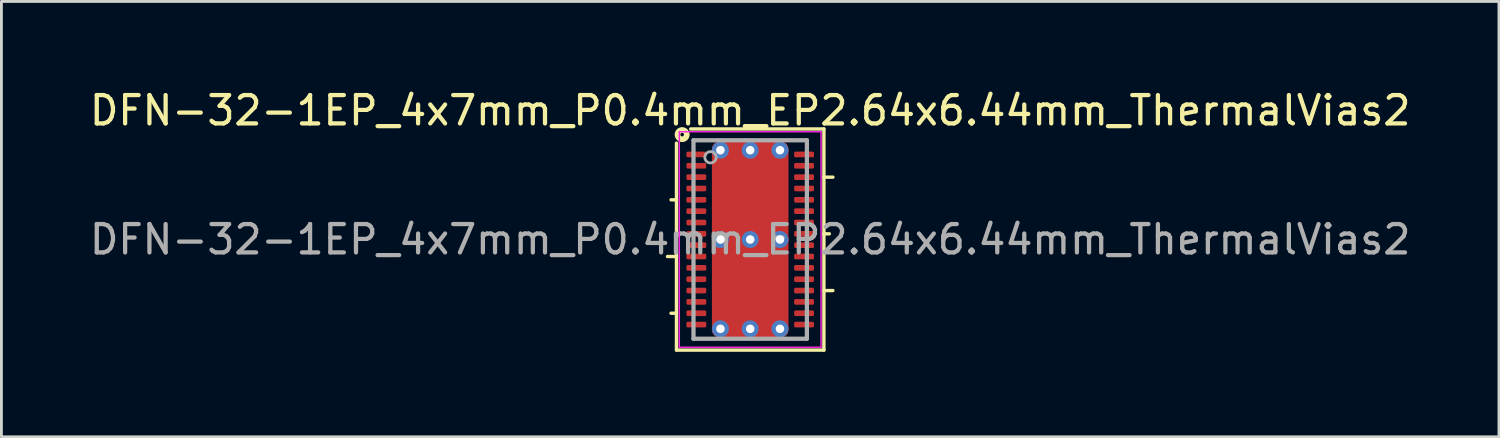
<source format=kicad_pcb>
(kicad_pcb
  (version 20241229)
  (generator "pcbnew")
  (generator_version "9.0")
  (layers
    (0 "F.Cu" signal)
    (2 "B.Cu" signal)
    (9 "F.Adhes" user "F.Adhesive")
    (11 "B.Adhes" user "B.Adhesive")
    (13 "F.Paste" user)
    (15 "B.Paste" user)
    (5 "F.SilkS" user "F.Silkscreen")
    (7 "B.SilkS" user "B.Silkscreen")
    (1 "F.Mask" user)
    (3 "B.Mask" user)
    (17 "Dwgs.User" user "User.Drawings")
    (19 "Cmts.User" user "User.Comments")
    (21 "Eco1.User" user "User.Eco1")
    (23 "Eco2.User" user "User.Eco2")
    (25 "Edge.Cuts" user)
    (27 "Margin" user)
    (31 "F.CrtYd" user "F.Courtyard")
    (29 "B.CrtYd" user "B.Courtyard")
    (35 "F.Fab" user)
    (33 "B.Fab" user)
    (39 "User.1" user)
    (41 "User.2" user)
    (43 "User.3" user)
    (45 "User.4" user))
  (footprint "DFN-32-1EP_4x7mm_P0.4mm_EP2.64x6.44mm_ThermalVias2"
    (layer "F.Cu")
    (at 23.411 5.398)
    (property "Reference" "DFN-32-1EP_4x7mm_P0.4mm_EP2.64x6.44mm_ThermalVias2" (at 0 -4.55 0) (layer "F.SilkS") (effects (font (size 1 1) (thickness 0.15))))
    (attr smd)
    (fp_line (start -2.791 -1.4) (end -2.6 -1.4) (stroke (width 0.12) (type solid)) (layer "F.SilkS"))
    (fp_line (start -2.6 0.6) (end -2.917 0.6) (stroke (width 0.12) (type solid)) (layer "F.SilkS"))
    (fp_line (start -2.6 2.6) (end -2.791 2.6) (stroke (width 0.12) (type solid)) (layer "F.SilkS"))
    (fp_line (start -2.6 3.9) (end -2.6 -3.4) (stroke (width 0.12) (type solid)) (layer "F.SilkS"))
    (fp_line (start -2.1 -3.9) (end 2.6 -3.9) (stroke (width 0.12) (type solid)) (layer "F.SilkS"))
    (fp_line (start 2.6 -3.9) (end 2.6 3.9) (stroke (width 0.12) (type solid)) (layer "F.SilkS"))
    (fp_line (start 2.6 -2.2) (end 2.917 -2.2) (stroke (width 0.12) (type solid)) (layer "F.SilkS"))
    (fp_line (start 2.6 -0.2) (end 2.791 -0.2) (stroke (width 0.12) (type solid)) (layer "F.SilkS"))
    (fp_line (start 2.6 1.8) (end 2.917 1.8) (stroke (width 0.12) (type solid)) (layer "F.SilkS"))
    (fp_line (start 2.6 3.9) (end -2.6 3.9) (stroke (width 0.12) (type solid)) (layer "F.SilkS"))
    (fp_circle (center -2.4 -3.7) (end -2.337 -3.7) (stroke (width 0.2) (type solid)) (fill no) (layer "F.SilkS"))
    (fp_line (start -2.5 -3.8) (end -2.5 3.8) (stroke (width 0.05) (type solid)) (layer "F.CrtYd"))
    (fp_line (start -2.5 -3.8) (end 2.5 -3.8) (stroke (width 0.05) (type solid)) (layer "F.CrtYd"))
    (fp_line (start -2.5 3.8) (end 2.5 3.8) (stroke (width 0.05) (type solid)) (layer "F.CrtYd"))
    (fp_line (start 2.5 -3.8) (end 2.5 3.8) (stroke (width 0.05) (type solid)) (layer "F.CrtYd"))
    (fp_line (start -2 -3.5) (end 2 -3.5) (stroke (width 0.15) (type solid)) (layer "F.Fab"))
    (fp_line (start -2 3.5) (end -2 -3.5) (stroke (width 0.15) (type solid)) (layer "F.Fab"))
    (fp_line (start 2 -3.5) (end 2 3.5) (stroke (width 0.15) (type solid)) (layer "F.Fab"))
    (fp_line (start 2 3.5) (end -2 3.5) (stroke (width 0.15) (type solid)) (layer "F.Fab"))
    (fp_circle (center -1.4 -2.9) (end -1.2 -2.9) (stroke (width 0.1) (type solid)) (fill no) (layer "F.Fab"))
    (fp_text user "${REFERENCE}" (at 0 0 0) (layer "F.Fab") (effects (font (size 1 1) (thickness 0.15))))
    (pad "" smd roundrect (at -0.8 -2.4) (size 0.6 0.6) (layers "F.Paste") (roundrect_rratio 0.25))
    (pad "" smd roundrect (at -0.8 -1.575) (size 0.6 0.6) (layers "F.Paste") (roundrect_rratio 0.25))
    (pad "" smd roundrect (at -0.8 -0.75) (size 0.6 0.6) (layers "F.Paste") (roundrect_rratio 0.25))
    (pad "" smd roundrect (at -0.8 0.75) (size 0.6 0.6) (layers "F.Paste") (roundrect_rratio 0.25))
    (pad "" smd roundrect (at -0.8 1.575) (size 0.6 0.6) (layers "F.Paste") (roundrect_rratio 0.25))
    (pad "" smd roundrect (at -0.8 2.4) (size 0.6 0.6) (layers "F.Paste") (roundrect_rratio 0.25))
    (pad "" smd roundrect (at 0 -2.4) (size 0.6 0.6) (layers "F.Paste") (roundrect_rratio 0.25))
    (pad "" smd roundrect (at 0 -1.575) (size 0.6 0.6) (layers "F.Paste") (roundrect_rratio 0.25))
    (pad "" smd roundrect (at 0 -1.575) (size 2.5 2.55) (layers "F.Mask") (roundrect_rratio 0.114))
    (pad "" smd roundrect (at 0 -0.75) (size 0.6 0.6) (layers "F.Paste") (roundrect_rratio 0.25))
    (pad "" smd roundrect (at 0 0.75) (size 0.6 0.6) (layers "F.Paste") (roundrect_rratio 0.25))
    (pad "" smd roundrect (at 0 1.575) (size 0.6 0.6) (layers "F.Paste") (roundrect_rratio 0.25))
    (pad "" smd roundrect (at 0 1.575) (size 2.5 2.55) (layers "F.Mask") (roundrect_rratio 0.114))
    (pad "" smd roundrect (at 0 2.4) (size 0.6 0.6) (layers "F.Paste") (roundrect_rratio 0.25))
    (pad "" smd roundrect (at 0.8 -2.4) (size 0.6 0.6) (layers "F.Paste") (roundrect_rratio 0.25))
    (pad "" smd roundrect (at 0.8 -1.575) (size 0.6 0.6) (layers "F.Paste") (roundrect_rratio 0.25))
    (pad "" smd roundrect (at 0.8 -0.75) (size 0.6 0.6) (layers "F.Paste") (roundrect_rratio 0.25))
    (pad "" smd roundrect (at 0.8 0.75) (size 0.6 0.6) (layers "F.Paste") (roundrect_rratio 0.25))
    (pad "" smd roundrect (at 0.8 1.575) (size 0.6 0.6) (layers "F.Paste") (roundrect_rratio 0.25))
    (pad "" smd roundrect (at 0.8 2.4) (size 0.6 0.6) (layers "F.Paste") (roundrect_rratio 0.25))
    (pad "1" smd roundrect (at -1.9 -3) (size 0.7 0.2) (layers "F.Cu" "F.Mask" "F.Paste") (roundrect_rratio 0.25))
    (pad "2" smd roundrect (at -1.9 -2.6) (size 0.7 0.2) (layers "F.Cu" "F.Mask" "F.Paste") (roundrect_rratio 0.25))
    (pad "3" smd roundrect (at -1.9 -2.2) (size 0.7 0.2) (layers "F.Cu" "F.Mask" "F.Paste") (roundrect_rratio 0.25))
    (pad "4" smd roundrect (at -1.9 -1.8) (size 0.7 0.2) (layers "F.Cu" "F.Mask" "F.Paste") (roundrect_rratio 0.25))
    (pad "5" smd roundrect (at -1.9 -1.4) (size 0.7 0.2) (layers "F.Cu" "F.Mask" "F.Paste") (roundrect_rratio 0.25))
    (pad "6" smd roundrect (at -1.9 -1) (size 0.7 0.2) (layers "F.Cu" "F.Mask" "F.Paste") (roundrect_rratio 0.25))
    (pad "7" smd roundrect (at -1.9 -0.6) (size 0.7 0.2) (layers "F.Cu" "F.Mask" "F.Paste") (roundrect_rratio 0.25))
    (pad "8" smd roundrect (at -1.9 -0.2) (size 0.7 0.2) (layers "F.Cu" "F.Mask" "F.Paste") (roundrect_rratio 0.25))
    (pad "9" smd roundrect (at -1.9 0.2) (size 0.7 0.2) (layers "F.Cu" "F.Mask" "F.Paste") (roundrect_rratio 0.25))
    (pad "10" smd roundrect (at -1.9 0.6) (size 0.7 0.2) (layers "F.Cu" "F.Mask" "F.Paste") (roundrect_rratio 0.25))
    (pad "11" smd roundrect (at -1.9 1) (size 0.7 0.2) (layers "F.Cu" "F.Mask" "F.Paste") (roundrect_rratio 0.25))
    (pad "12" smd roundrect (at -1.9 1.4) (size 0.7 0.2) (layers "F.Cu" "F.Mask" "F.Paste") (roundrect_rratio 0.25))
    (pad "13" smd roundrect (at -1.9 1.8) (size 0.7 0.2) (layers "F.Cu" "F.Mask" "F.Paste") (roundrect_rratio 0.25))
    (pad "14" smd roundrect (at -1.9 2.2) (size 0.7 0.2) (layers "F.Cu" "F.Mask" "F.Paste") (roundrect_rratio 0.25))
    (pad "15" smd roundrect (at -1.9 2.6) (size 0.7 0.2) (layers "F.Cu" "F.Mask" "F.Paste") (roundrect_rratio 0.25))
    (pad "16" smd roundrect (at -1.9 3) (size 0.7 0.2) (layers "F.Cu" "F.Mask" "F.Paste") (roundrect_rratio 0.25))
    (pad "17" smd roundrect (at 1.9 3) (size 0.7 0.2) (layers "F.Cu" "F.Mask" "F.Paste") (roundrect_rratio 0.25))
    (pad "18" smd roundrect (at 1.9 2.6) (size 0.7 0.2) (layers "F.Cu" "F.Mask" "F.Paste") (roundrect_rratio 0.25))
    (pad "19" smd roundrect (at 1.9 2.2) (size 0.7 0.2) (layers "F.Cu" "F.Mask" "F.Paste") (roundrect_rratio 0.25))
    (pad "20" smd roundrect (at 1.9 1.8) (size 0.7 0.2) (layers "F.Cu" "F.Mask" "F.Paste") (roundrect_rratio 0.25))
    (pad "21" smd roundrect (at 1.9 1.4) (size 0.7 0.2) (layers "F.Cu" "F.Mask" "F.Paste") (roundrect_rratio 0.25))
    (pad "22" smd roundrect (at 1.9 1) (size 0.7 0.2) (layers "F.Cu" "F.Mask" "F.Paste") (roundrect_rratio 0.25))
    (pad "23" smd roundrect (at 1.9 0.6) (size 0.7 0.2) (layers "F.Cu" "F.Mask" "F.Paste") (roundrect_rratio 0.25))
    (pad "24" smd roundrect (at 1.9 0.2) (size 0.7 0.2) (layers "F.Cu" "F.Mask" "F.Paste") (roundrect_rratio 0.25))
    (pad "25" smd roundrect (at 1.9 -0.2) (size 0.7 0.2) (layers "F.Cu" "F.Mask" "F.Paste") (roundrect_rratio 0.25))
    (pad "26" smd roundrect (at 1.9 -0.6) (size 0.7 0.2) (layers "F.Cu" "F.Mask" "F.Paste") (roundrect_rratio 0.25))
    (pad "27" smd roundrect (at 1.9 -1) (size 0.7 0.2) (layers "F.Cu" "F.Mask" "F.Paste") (roundrect_rratio 0.25))
    (pad "28" smd roundrect (at 1.9 -1.4) (size 0.7 0.2) (layers "F.Cu" "F.Mask" "F.Paste") (roundrect_rratio 0.25))
    (pad "29" smd roundrect (at 1.9 -1.8) (size 0.7 0.2) (layers "F.Cu" "F.Mask" "F.Paste") (roundrect_rratio 0.25))
    (pad "30" smd roundrect (at 1.9 -2.2) (size 0.7 0.2) (layers "F.Cu" "F.Mask" "F.Paste") (roundrect_rratio 0.25))
    (pad "31" smd roundrect (at 1.9 -2.6) (size 0.7 0.2) (layers "F.Cu" "F.Mask" "F.Paste") (roundrect_rratio 0.25))
    (pad "32" smd roundrect (at 1.9 -3) (size 0.7 0.2) (layers "F.Cu" "F.Mask" "F.Paste") (roundrect_rratio 0.25))
    (pad "33" thru_hole circle (at -1.05 -3.15) (size 0.6 0.6) (drill 0.3) (property pad_prop_heatsink) (layers "*.Cu" "*.Mask"))
    (pad "33" thru_hole circle (at -1.05 0) (size 0.6 0.6) (drill 0.3) (property pad_prop_heatsink) (layers "*.Cu" "*.Mask"))
    (pad "33" thru_hole circle (at -1.05 3.15) (size 0.6 0.6) (drill 0.3) (property pad_prop_heatsink) (layers "*.Cu" "*.Mask"))
    (pad "33" thru_hole circle (at 0 -3.15) (size 0.6 0.6) (drill 0.3) (property pad_prop_heatsink) (layers "*.Cu" "*.Mask"))
    (pad "33" thru_hole circle (at 0 0) (size 0.6 0.6) (drill 0.3) (property pad_prop_heatsink) (layers "*.Cu" "*.Mask"))
    (pad "33" smd roundrect (at 0 0) (size 2.7 6.9) (layers "F.Cu") (roundrect_rratio 0.093))
    (pad "33" thru_hole circle (at 0 3.15) (size 0.6 0.6) (drill 0.3) (property pad_prop_heatsink) (layers "*.Cu" "*.Mask"))
    (pad "33" thru_hole circle (at 1.05 -3.15) (size 0.6 0.6) (drill 0.3) (property pad_prop_heatsink) (layers "*.Cu" "*.Mask"))
    (pad "33" thru_hole circle (at 1.05 0) (size 0.6 0.6) (drill 0.3) (property pad_prop_heatsink) (layers "*.Cu" "*.Mask"))
    (pad "33" thru_hole circle (at 1.05 3.15) (size 0.6 0.6) (drill 0.3) (property pad_prop_heatsink) (layers "*.Cu" "*.Mask")))
  (gr_rect
    (start -3 -3)
    (end 49.821 12.358)
    (stroke (width 0.1) (type default))
    (fill no)
    (layer "Edge.Cuts")))
</source>
